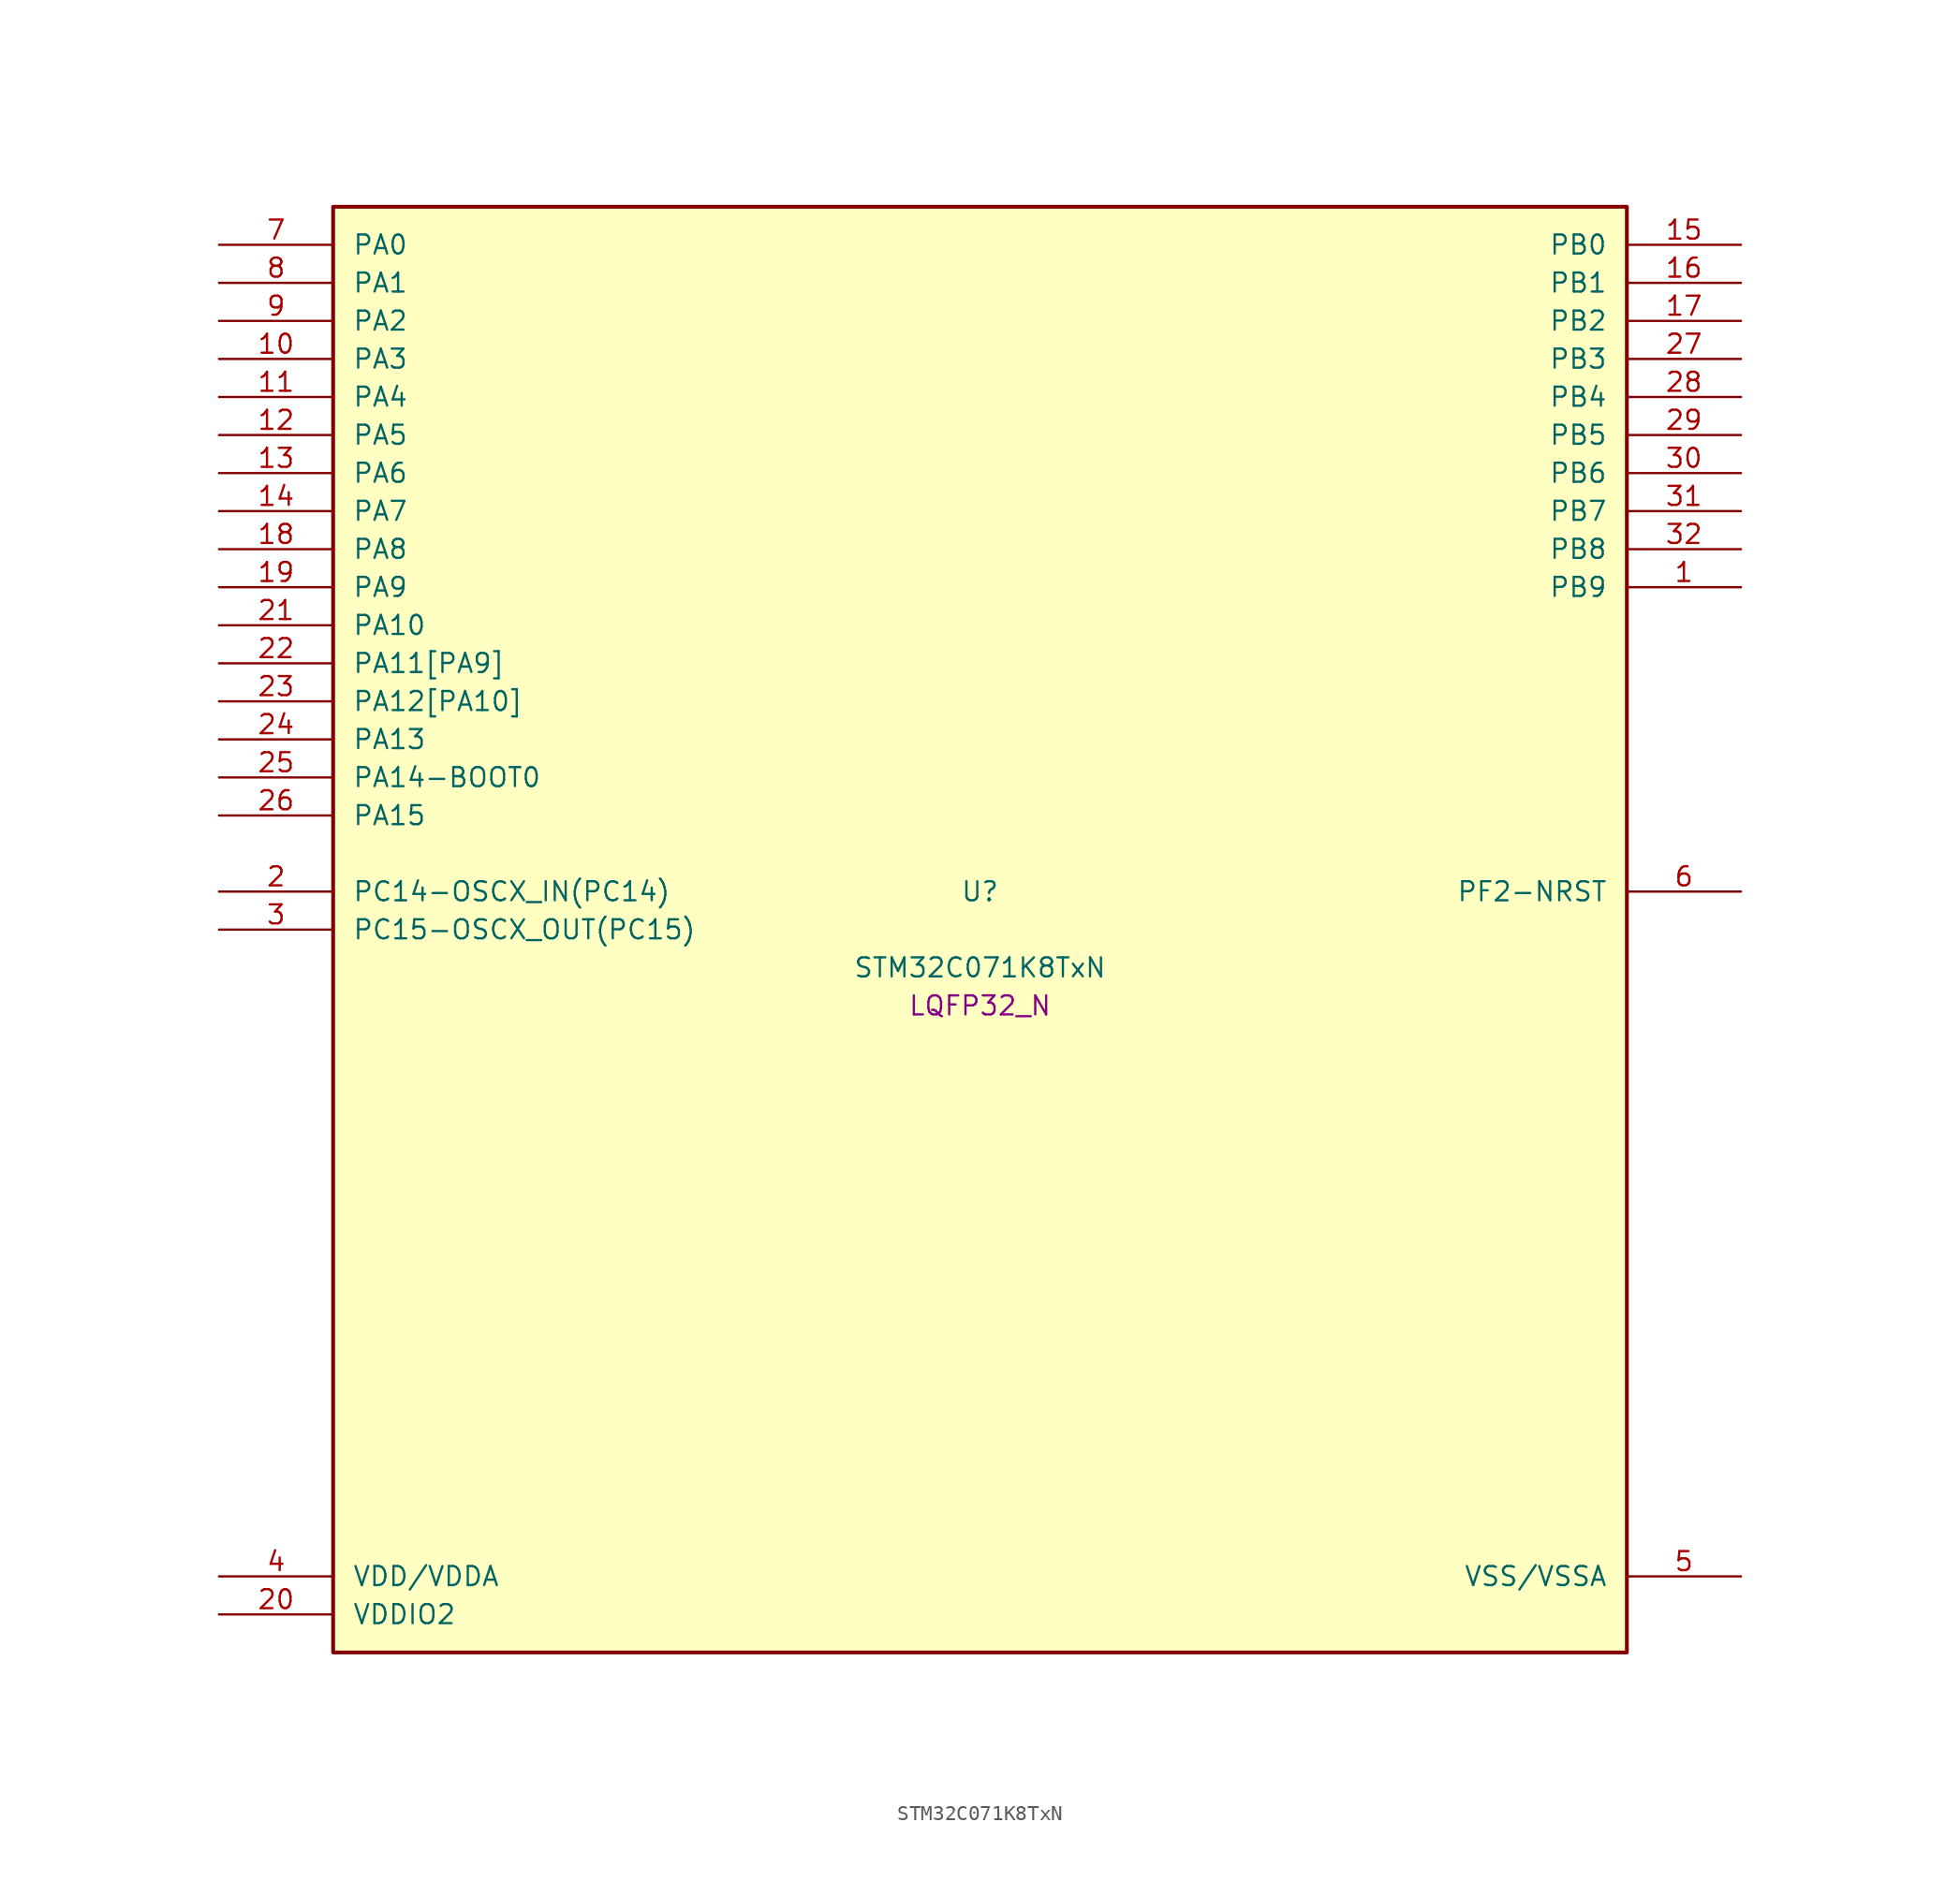
<source format=kicad_sym>
(kicad_symbol_lib
  (version 20241209)
  (generator "stm32_pkl_generator")
  (generator_version "1.0")
  (symbol "STM32C071K8TxN"
    (pin_names
      (offset 1.27))
    (property "Reference" "U"
      (at 0 2.54 0))
    (property "Value" "STM32C071K8TxN"
      (at 0 -2.54 0))
    (property "Footprint" "LQFP32_N"
      (at 0 -5.08 0))
    (symbol "STM32C071K8TxN_1_1"
      (rectangle (start -43.18 48.26) (end 43.18 -48.26) (stroke (width 0.254) (type solid)) (fill (type background)))
      (pin bidirectional line (at -50.8 45.72 0) (length 7.62) (name "PA0") (number "7") (alternate "PA0/ADC1_IN0" bidirectional line) (alternate "PA0/PWR_WKUP1" bidirectional line) (alternate "PA0/SPI2_SCK" bidirectional line) (alternate "PA0/TIM16_CH1" bidirectional line) (alternate "PA0/TIM1_CH1" bidirectional line) (alternate "PA0/TIM2_CH1" bidirectional line) (alternate "PA0/TIM2_ETR" bidirectional line) (alternate "PA0/USART1_TX" bidirectional line) (alternate "PA0/USART2_CTS" bidirectional line) (alternate "PA0/USART2_NSS" bidirectional line))
      (pin bidirectional line (at -50.8 43.18 0) (length 7.62) (name "PA1") (number "8") (alternate "PA1/ADC1_IN1" bidirectional line) (alternate "PA1/I2C1_SMBA" bidirectional line) (alternate "PA1/I2S1_CK" bidirectional line) (alternate "PA1/SPI1_SCK" bidirectional line) (alternate "PA1/TIM17_CH1" bidirectional line) (alternate "PA1/TIM1_CH2" bidirectional line) (alternate "PA1/TIM2_CH2" bidirectional line) (alternate "PA1/USART1_RX" bidirectional line) (alternate "PA1/USART2_CK" bidirectional line) (alternate "PA1/USART2_DE" bidirectional line) (alternate "PA1/USART2_RTS" bidirectional line))
      (pin bidirectional line (at -50.8 40.64 0) (length 7.62) (name "PA2") (number "9") (alternate "PA2/ADC1_IN2" bidirectional line) (alternate "PA2/I2S1_SD" bidirectional line) (alternate "PA2/PWR_WKUP4" bidirectional line) (alternate "PA2/RCC_LSCO" bidirectional line) (alternate "PA2/SPI1_MOSI" bidirectional line) (alternate "PA2/TIM16_CH1N" bidirectional line) (alternate "PA2/TIM1_CH3" bidirectional line) (alternate "PA2/TIM2_CH3" bidirectional line) (alternate "PA2/TIM3_ETR" bidirectional line) (alternate "PA2/USART2_TX" bidirectional line))
      (pin bidirectional line (at -50.8 38.1 0) (length 7.62) (name "PA3") (number "10") (alternate "PA3/ADC1_IN3" bidirectional line) (alternate "PA3/SPI2_MISO" bidirectional line) (alternate "PA3/TIM1_CH1N" bidirectional line) (alternate "PA3/TIM1_CH4" bidirectional line) (alternate "PA3/TIM2_CH4" bidirectional line) (alternate "PA3/USART2_RX" bidirectional line))
      (pin bidirectional line (at -50.8 35.56 0) (length 7.62) (name "PA4") (number "11") (alternate "PA4/ADC1_IN4" bidirectional line) (alternate "PA4/I2S1_WS" bidirectional line) (alternate "PA4/PWR_WKUP2" bidirectional line) (alternate "PA4/RTC_OUT1" bidirectional line) (alternate "PA4/RTC_TS" bidirectional line) (alternate "PA4/SPI1_NSS" bidirectional line) (alternate "PA4/SPI2_MOSI" bidirectional line) (alternate "PA4/TIM14_CH1" bidirectional line) (alternate "PA4/TIM17_CH1N" bidirectional line) (alternate "PA4/TIM1_CH2N" bidirectional line) (alternate "PA4/USART2_TX" bidirectional line) (alternate "PA4/USB_NOE" bidirectional line))
      (pin bidirectional line (at -50.8 33.02 0) (length 7.62) (name "PA5") (number "12") (alternate "PA5/ADC1_IN5" bidirectional line) (alternate "PA5/I2S1_CK" bidirectional line) (alternate "PA5/SPI1_SCK" bidirectional line) (alternate "PA5/TIM1_CH1" bidirectional line) (alternate "PA5/TIM1_CH3N" bidirectional line) (alternate "PA5/TIM2_CH1" bidirectional line) (alternate "PA5/TIM2_ETR" bidirectional line) (alternate "PA5/USART2_RX" bidirectional line))
      (pin bidirectional line (at -50.8 30.48 0) (length 7.62) (name "PA6") (number "13") (alternate "PA6/ADC1_IN6" bidirectional line) (alternate "PA6/I2C2_SDA" bidirectional line) (alternate "PA6/I2S1_MCK" bidirectional line) (alternate "PA6/SPI1_MISO" bidirectional line) (alternate "PA6/TIM16_CH1" bidirectional line) (alternate "PA6/TIM1_BKIN" bidirectional line) (alternate "PA6/TIM3_CH1" bidirectional line))
      (pin bidirectional line (at -50.8 27.94 0) (length 7.62) (name "PA7") (number "14") (alternate "PA7/ADC1_IN7" bidirectional line) (alternate "PA7/I2C2_SCL" bidirectional line) (alternate "PA7/I2S1_SD" bidirectional line) (alternate "PA7/SPI1_MOSI" bidirectional line) (alternate "PA7/TIM14_CH1" bidirectional line) (alternate "PA7/TIM17_CH1" bidirectional line) (alternate "PA7/TIM1_CH1N" bidirectional line) (alternate "PA7/TIM3_CH2" bidirectional line))
      (pin bidirectional line (at -50.8 25.4 0) (length 7.62) (name "PA8") (number "18") (alternate "PA8/ADC1_IN8" bidirectional line) (alternate "PA8/CRS_SYNC" bidirectional line) (alternate "PA8/I2S1_WS" bidirectional line) (alternate "PA8/RCC_MCO" bidirectional line) (alternate "PA8/RCC_MCO_2" bidirectional line) (alternate "PA8/SPI1_NSS" bidirectional line) (alternate "PA8/SPI2_MISO" bidirectional line) (alternate "PA8/SPI2_NSS" bidirectional line) (alternate "PA8/TIM14_CH1" bidirectional line) (alternate "PA8/TIM1_CH1" bidirectional line) (alternate "PA8/TIM1_CH2N" bidirectional line) (alternate "PA8/TIM1_CH3N" bidirectional line) (alternate "PA8/TIM3_CH3" bidirectional line) (alternate "PA8/TIM3_CH4" bidirectional line) (alternate "PA8/USART1_RX" bidirectional line) (alternate "PA8/USART2_TX" bidirectional line))
      (pin bidirectional line (at -50.8 22.86 0) (length 7.62) (name "PA9") (number "19") (alternate "PA9/I2C1_SCL" bidirectional line) (alternate "PA9/I2C2_SCL" bidirectional line) (alternate "PA9/RCC_MCO" bidirectional line) (alternate "PA9/SPI2_MISO" bidirectional line) (alternate "PA9/TIM1_CH2" bidirectional line) (alternate "PA9/TIM3_ETR" bidirectional line) (alternate "PA9/USART1_TX" bidirectional line) (alternate "PA9/NC" bidirectional line))
      (pin bidirectional line (at -50.8 20.32 0) (length 7.62) (name "PA10") (number "21") (alternate "PA10/I2C1_SDA" bidirectional line) (alternate "PA10/I2C2_SDA" bidirectional line) (alternate "PA10/RCC_MCO_2" bidirectional line) (alternate "PA10/SPI2_MOSI" bidirectional line) (alternate "PA10/TIM17_BKIN" bidirectional line) (alternate "PA10/TIM1_CH3" bidirectional line) (alternate "PA10/USART1_RX" bidirectional line) (alternate "PA10/NC" bidirectional line))
      (pin bidirectional line (at -50.8 17.78 0) (length 7.62) (name "PA11[PA9]") (number "22") (alternate "PA11[PA9]/ADC1_EXTI11" bidirectional line) (alternate "PA11[PA9]/I2C2_SCL" bidirectional line) (alternate "PA11[PA9]/I2S1_MCK" bidirectional line) (alternate "PA11[PA9]/SPI1_MISO" bidirectional line) (alternate "PA11[PA9]/TIM1_BKIN2" bidirectional line) (alternate "PA11[PA9]/TIM1_CH4" bidirectional line) (alternate "PA11[PA9]/USART1_CTS" bidirectional line) (alternate "PA11[PA9]/USART1_NSS" bidirectional line) (alternate "PA11[PA9]/USB_DM" bidirectional line) (alternate "PA11[PA9]/PA9[PA11]" bidirectional line) (alternate "PA11[PA9]/I2C1_SCL" bidirectional line) (alternate "PA11[PA9]/RCC_MCO" bidirectional line) (alternate "PA11[PA9]/SPI2_MISO" bidirectional line) (alternate "PA11[PA9]/TIM1_CH2" bidirectional line) (alternate "PA11[PA9]/TIM3_ETR" bidirectional line) (alternate "PA11[PA9]/USART1_TX" bidirectional line))
      (pin bidirectional line (at -50.8 15.24 0) (length 7.62) (name "PA12[PA10]") (number "23") (alternate "PA12[PA10]/I2C2_SDA" bidirectional line) (alternate "PA12[PA10]/I2S1_SD" bidirectional line) (alternate "PA12[PA10]/I2S_CKIN" bidirectional line) (alternate "PA12[PA10]/SPI1_MOSI" bidirectional line) (alternate "PA12[PA10]/TIM1_ETR" bidirectional line) (alternate "PA12[PA10]/USART1_CK" bidirectional line) (alternate "PA12[PA10]/USART1_DE" bidirectional line) (alternate "PA12[PA10]/USART1_RTS" bidirectional line) (alternate "PA12[PA10]/USB_DP" bidirectional line) (alternate "PA12[PA10]/PA10[PA12]" bidirectional line) (alternate "PA12[PA10]/I2C1_SDA" bidirectional line) (alternate "PA12[PA10]/RCC_MCO_2" bidirectional line) (alternate "PA12[PA10]/SPI2_MOSI" bidirectional line) (alternate "PA12[PA10]/TIM17_BKIN" bidirectional line) (alternate "PA12[PA10]/TIM1_CH3" bidirectional line) (alternate "PA12[PA10]/USART1_RX" bidirectional line))
      (pin bidirectional line (at -50.8 12.7 0) (length 7.62) (name "PA13") (number "24") (alternate "PA13/ADC1_IN13" bidirectional line) (alternate "PA13/DEBUG_SWDIO" bidirectional line) (alternate "PA13/IR_OUT" bidirectional line) (alternate "PA13/TIM3_ETR" bidirectional line) (alternate "PA13/USART2_RX" bidirectional line) (alternate "PA13/USB_NOE" bidirectional line))
      (pin bidirectional line (at -50.8 10.16 0) (length 7.62) (name "PA14-BOOT0") (number "25") (alternate "PA14-BOOT0/ADC1_IN14" bidirectional line) (alternate "PA14-BOOT0/DEBUG_SWCLK" bidirectional line) (alternate "PA14-BOOT0/I2S1_WS" bidirectional line) (alternate "PA14-BOOT0/RCC_MCO_2" bidirectional line) (alternate "PA14-BOOT0/SPI1_NSS" bidirectional line) (alternate "PA14-BOOT0/TIM1_CH1" bidirectional line) (alternate "PA14-BOOT0/USART1_CK" bidirectional line) (alternate "PA14-BOOT0/USART1_DE" bidirectional line) (alternate "PA14-BOOT0/USART1_RTS" bidirectional line) (alternate "PA14-BOOT0/USART2_RX" bidirectional line) (alternate "PA14-BOOT0/USART2_TX" bidirectional line))
      (pin bidirectional line (at -50.8 7.62 0) (length 7.62) (name "PA15") (number "26") (alternate "PA15/I2S1_WS" bidirectional line) (alternate "PA15/RCC_MCO_2" bidirectional line) (alternate "PA15/SPI1_NSS" bidirectional line) (alternate "PA15/TIM1_CH1" bidirectional line) (alternate "PA15/TIM2_CH1" bidirectional line) (alternate "PA15/TIM2_ETR" bidirectional line) (alternate "PA15/USART1_CK" bidirectional line) (alternate "PA15/USART1_DE" bidirectional line) (alternate "PA15/USART1_RTS" bidirectional line) (alternate "PA15/USART2_RX" bidirectional line) (alternate "PA15/USB_NOE" bidirectional line))
      (pin bidirectional line (at 50.8 45.72 180) (length 7.62) (name "PB0") (number "15") (alternate "PB0/ADC1_IN17" bidirectional line) (alternate "PB0/I2S1_WS" bidirectional line) (alternate "PB0/SPI1_NSS" bidirectional line) (alternate "PB0/TIM1_CH2N" bidirectional line) (alternate "PB0/TIM3_CH3" bidirectional line))
      (pin bidirectional line (at 50.8 43.18 180) (length 7.62) (name "PB1") (number "16") (alternate "PB1/ADC1_IN18" bidirectional line) (alternate "PB1/TIM14_CH1" bidirectional line) (alternate "PB1/TIM1_CH2N" bidirectional line) (alternate "PB1/TIM1_CH3N" bidirectional line) (alternate "PB1/TIM3_CH4" bidirectional line))
      (pin bidirectional line (at 50.8 40.64 180) (length 7.62) (name "PB2") (number "17") (alternate "PB2/ADC1_IN19" bidirectional line) (alternate "PB2/RCC_MCO_2" bidirectional line) (alternate "PB2/SPI2_MISO" bidirectional line) (alternate "PB2/USART1_RX" bidirectional line))
      (pin bidirectional line (at 50.8 38.1 180) (length 7.62) (name "PB3") (number "27") (alternate "PB3/I2C2_SCL" bidirectional line) (alternate "PB3/I2S1_CK" bidirectional line) (alternate "PB3/SPI1_SCK" bidirectional line) (alternate "PB3/TIM1_CH2" bidirectional line) (alternate "PB3/TIM2_CH2" bidirectional line) (alternate "PB3/TIM3_CH2" bidirectional line) (alternate "PB3/USART1_CK" bidirectional line) (alternate "PB3/USART1_DE" bidirectional line) (alternate "PB3/USART1_RTS" bidirectional line))
      (pin bidirectional line (at 50.8 35.56 180) (length 7.62) (name "PB4") (number "28") (alternate "PB4/I2C2_SDA" bidirectional line) (alternate "PB4/I2S1_MCK" bidirectional line) (alternate "PB4/SPI1_MISO" bidirectional line) (alternate "PB4/TIM17_BKIN" bidirectional line) (alternate "PB4/TIM3_CH1" bidirectional line) (alternate "PB4/USART1_CTS" bidirectional line) (alternate "PB4/USART1_NSS" bidirectional line))
      (pin bidirectional line (at 50.8 33.02 180) (length 7.62) (name "PB5") (number "29") (alternate "PB5/I2C1_SMBA" bidirectional line) (alternate "PB5/I2S1_SD" bidirectional line) (alternate "PB5/PWR_WKUP6" bidirectional line) (alternate "PB5/SPI1_MOSI" bidirectional line) (alternate "PB5/TIM16_BKIN" bidirectional line) (alternate "PB5/TIM3_CH2" bidirectional line) (alternate "PB5/TIM3_CH3" bidirectional line))
      (pin bidirectional line (at 50.8 30.48 180) (length 7.62) (name "PB6") (number "30") (alternate "PB6/I2C1_SCL" bidirectional line) (alternate "PB6/I2C1_SMBA" bidirectional line) (alternate "PB6/I2S1_CK" bidirectional line) (alternate "PB6/I2S1_MCK" bidirectional line) (alternate "PB6/I2S1_SD" bidirectional line) (alternate "PB6/PWR_WKUP3" bidirectional line) (alternate "PB6/SPI1_MISO" bidirectional line) (alternate "PB6/SPI1_MOSI" bidirectional line) (alternate "PB6/SPI1_SCK" bidirectional line) (alternate "PB6/SPI2_MISO" bidirectional line) (alternate "PB6/TIM16_BKIN" bidirectional line) (alternate "PB6/TIM16_CH1N" bidirectional line) (alternate "PB6/TIM17_BKIN" bidirectional line) (alternate "PB6/TIM1_CH2" bidirectional line) (alternate "PB6/TIM1_CH3" bidirectional line) (alternate "PB6/TIM3_CH1" bidirectional line) (alternate "PB6/TIM3_CH2" bidirectional line) (alternate "PB6/TIM3_CH3" bidirectional line) (alternate "PB6/USART1_CTS" bidirectional line) (alternate "PB6/USART1_NSS" bidirectional line) (alternate "PB6/USART1_TX" bidirectional line))
      (pin bidirectional line (at 50.8 27.94 180) (length 7.62) (name "PB7") (number "31") (alternate "PB7/I2C1_SCL" bidirectional line) (alternate "PB7/I2C1_SDA" bidirectional line) (alternate "PB7/RTC_REFIN" bidirectional line) (alternate "PB7/SPI2_MOSI" bidirectional line) (alternate "PB7/TIM16_CH1" bidirectional line) (alternate "PB7/TIM17_CH1N" bidirectional line) (alternate "PB7/TIM1_CH4" bidirectional line) (alternate "PB7/TIM3_CH1" bidirectional line) (alternate "PB7/TIM3_CH4" bidirectional line) (alternate "PB7/USART1_RX" bidirectional line) (alternate "PB7/USART2_CTS" bidirectional line) (alternate "PB7/USART2_NSS" bidirectional line))
      (pin bidirectional line (at 50.8 25.4 180) (length 7.62) (name "PB8") (number "32") (alternate "PB8/I2C1_SCL" bidirectional line) (alternate "PB8/SPI2_SCK" bidirectional line) (alternate "PB8/TIM16_CH1" bidirectional line) (alternate "PB8/TIM3_CH1" bidirectional line) (alternate "PB8/USART2_CTS" bidirectional line) (alternate "PB8/USART2_NSS" bidirectional line))
      (pin bidirectional line (at 50.8 22.86 180) (length 7.62) (name "PB9") (number "1") (alternate "PB9/I2C1_SDA" bidirectional line) (alternate "PB9/IR_OUT" bidirectional line) (alternate "PB9/SPI2_NSS" bidirectional line) (alternate "PB9/TIM17_CH1" bidirectional line) (alternate "PB9/TIM3_CH2" bidirectional line) (alternate "PB9/USART2_CK" bidirectional line) (alternate "PB9/USART2_DE" bidirectional line) (alternate "PB9/USART2_RTS" bidirectional line))
      (pin bidirectional line (at -50.8 2.54 0) (length 7.62) (name "PC14-OSCX_IN(PC14)") (number "2") (alternate "PC14-OSCX_IN(PC14)/I2C1_SDA" bidirectional line) (alternate "PC14-OSCX_IN(PC14)/IR_OUT" bidirectional line) (alternate "PC14-OSCX_IN(PC14)/RCC_OSCX_IN" bidirectional line) (alternate "PC14-OSCX_IN(PC14)/SPI2_NSS" bidirectional line) (alternate "PC14-OSCX_IN(PC14)/TIM17_CH1" bidirectional line) (alternate "PC14-OSCX_IN(PC14)/TIM1_BKIN2" bidirectional line) (alternate "PC14-OSCX_IN(PC14)/TIM1_ETR" bidirectional line) (alternate "PC14-OSCX_IN(PC14)/TIM3_CH2" bidirectional line) (alternate "PC14-OSCX_IN(PC14)/USART1_TX" bidirectional line) (alternate "PC14-OSCX_IN(PC14)/USART2_CK" bidirectional line) (alternate "PC14-OSCX_IN(PC14)/USART2_DE" bidirectional line) (alternate "PC14-OSCX_IN(PC14)/USART2_RTS" bidirectional line))
      (pin bidirectional line (at -50.8 0 0) (length 7.62) (name "PC15-OSCX_OUT(PC15)") (number "3") (alternate "PC15-OSCX_OUT(PC15)/RCC_OSC32_EN" bidirectional line) (alternate "PC15-OSCX_OUT(PC15)/RCC_OSCX_OUT" bidirectional line) (alternate "PC15-OSCX_OUT(PC15)/RCC_OSC_EN" bidirectional line) (alternate "PC15-OSCX_OUT(PC15)/TIM1_ETR" bidirectional line) (alternate "PC15-OSCX_OUT(PC15)/TIM3_CH3" bidirectional line))
      (pin bidirectional line (at 50.8 2.54 180) (length 7.62) (name "PF2-NRST") (number "6") (alternate "PF2-NRST/RCC_MCO" bidirectional line) (alternate "PF2-NRST/TIM1_CH4" bidirectional line))
      (pin power_in line (at -50.8 -43.18 0) (length 7.62) (name "VDD/VDDA") (number "4"))
      (pin power_in line (at -50.8 -45.72 0) (length 7.62) (name "VDDIO2") (number "20"))
      (pin power_in line (at 50.8 -43.18 180) (length 7.62) (name "VSS/VSSA") (number "5")))))
</source>
